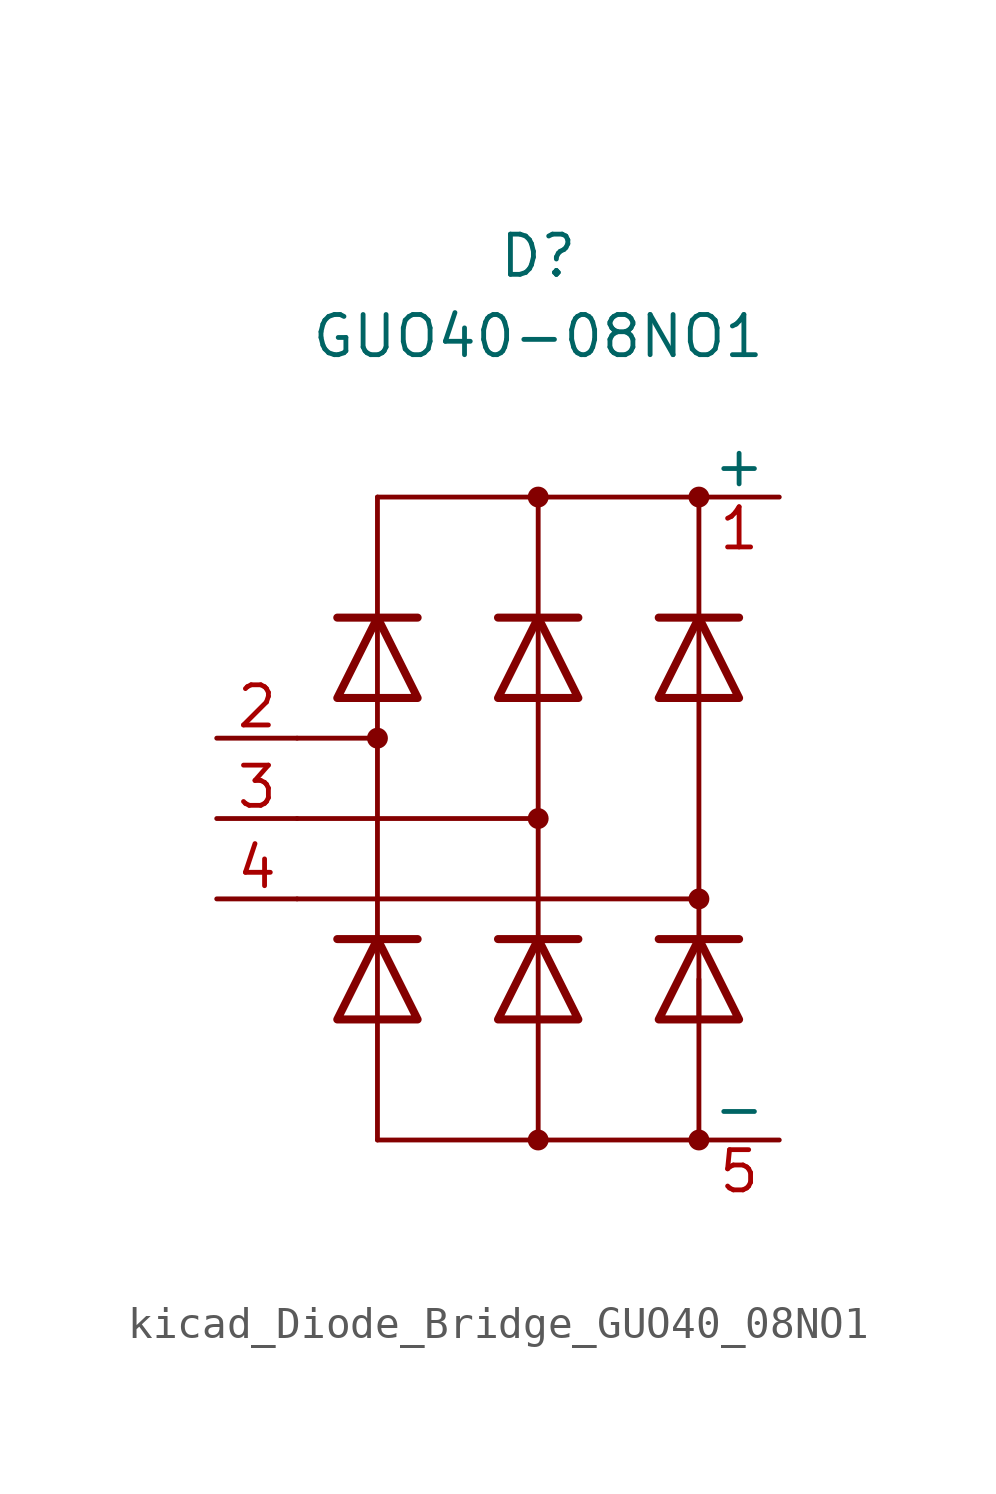
<source format=kicad_sym>
(kicad_symbol_lib
  (version 20220914)
  (generator kicad_symbol_editor)
  (symbol "kicad_Diode_Bridge_GUO40_08NO1"
    (pin_names
      (offset 0))
    (property "Reference" "D"
      (at 0 17.78 0)
      (effects (font (size 1.27 1.27))))
    (property "Value" "GUO40-08NO1"
      (at 0 15.24 0)
      (effects (font (size 1.27 1.27))))
    (symbol "kicad_Diode_Bridge_GUO40_08NO1_0_1"
      (circle (center -5.08 2.54) (radius 0.254) (stroke (width 0) (type default)) (fill (type outline)))
      (circle (center 0 -10.16) (radius 0.254) (stroke (width 0) (type default)) (fill (type outline)))
      (polyline (pts (xy -7.62 -2.54) (xy 5.08 -2.54)) (stroke (width 0) (type default)) (fill (type none)))
      (polyline (pts (xy -7.62 0) (xy 0 0)) (stroke (width 0) (type default)) (fill (type none)))
      (polyline (pts (xy -7.62 2.54) (xy -5.08 2.54)) (stroke (width 0) (type default)) (fill (type none)))
      (polyline (pts (xy -5.08 -10.16) (xy 5.08 -10.16)) (stroke (width 0) (type default)) (fill (type none)))
      (polyline (pts (xy -5.08 -6.35) (xy -5.08 -10.16)) (stroke (width 0) (type default)) (fill (type none)))
      (polyline (pts (xy -5.08 3.81) (xy -5.08 -3.81)) (stroke (width 0) (type default)) (fill (type none)))
      (polyline (pts (xy -5.08 10.16) (xy -5.08 6.35)) (stroke (width 0) (type default)) (fill (type none)))
      (polyline (pts (xy -5.08 10.16) (xy 5.08 10.16)) (stroke (width 0) (type default)) (fill (type none)))
      (polyline (pts (xy 0 -6.35) (xy 0 -10.16)) (stroke (width 0) (type default)) (fill (type none)))
      (polyline (pts (xy 0 3.81) (xy 0 -3.81)) (stroke (width 0) (type default)) (fill (type none)))
      (polyline (pts (xy 0 6.35) (xy 0 10.16)) (stroke (width 0) (type default)) (fill (type none)))
      (polyline (pts (xy 5.08 -10.16) (xy 5.08 -5.08)) (stroke (width 0) (type default)) (fill (type none)))
      (polyline (pts (xy 5.08 3.81) (xy 5.08 -3.81)) (stroke (width 0) (type default)) (fill (type none)))
      (polyline (pts (xy 5.08 10.16) (xy 5.08 6.35)) (stroke (width 0) (type default)) (fill (type none)))
      (circle (center 0 0) (radius 0.254) (stroke (width 0) (type default)) (fill (type outline)))
      (circle (center 0 10.16) (radius 0.254) (stroke (width 0) (type default)) (fill (type outline)))
      (circle (center 5.08 -10.16) (radius 0.254) (stroke (width 0) (type default)) (fill (type outline)))
      (circle (center 5.08 -2.54) (radius 0.254) (stroke (width 0) (type default)) (fill (type outline)))
      (circle (center 5.08 10.16) (radius 0.254) (stroke (width 0) (type default)) (fill (type outline))))
    (symbol "kicad_Diode_Bridge_GUO40_08NO1_1_1"
      (polyline (pts (xy -5.08 -6.35) (xy -5.08 -3.81)) (stroke (width 0) (type default)) (fill (type none)))
      (polyline (pts (xy -5.08 3.81) (xy -5.08 6.35)) (stroke (width 0) (type default)) (fill (type none)))
      (polyline (pts (xy -3.81 -3.81) (xy -6.35 -3.81)) (stroke (width 0.254) (type default)) (fill (type none)))
      (polyline (pts (xy -3.81 6.35) (xy -6.35 6.35)) (stroke (width 0.254) (type default)) (fill (type none)))
      (polyline (pts (xy 0 -6.35) (xy 0 -3.81)) (stroke (width 0) (type default)) (fill (type none)))
      (polyline (pts (xy 0 3.81) (xy 0 6.35)) (stroke (width 0) (type default)) (fill (type none)))
      (polyline (pts (xy 1.27 -3.81) (xy -1.27 -3.81)) (stroke (width 0.254) (type default)) (fill (type none)))
      (polyline (pts (xy 1.27 6.35) (xy -1.27 6.35)) (stroke (width 0.254) (type default)) (fill (type none)))
      (polyline (pts (xy 5.08 -6.35) (xy 5.08 -3.81)) (stroke (width 0) (type default)) (fill (type none)))
      (polyline (pts (xy 5.08 3.81) (xy 5.08 6.35)) (stroke (width 0) (type default)) (fill (type none)))
      (polyline (pts (xy 6.35 -3.81) (xy 3.81 -3.81)) (stroke (width 0.254) (type default)) (fill (type none)))
      (polyline (pts (xy 6.35 6.35) (xy 3.81 6.35)) (stroke (width 0.254) (type default)) (fill (type none)))
      (polyline (pts (xy -3.81 -6.35) (xy -6.35 -6.35) (xy -5.08 -3.81) (xy -3.81 -6.35)) (stroke (width 0.254) (type default)) (fill (type none)))
      (polyline (pts (xy -3.81 3.81) (xy -6.35 3.81) (xy -5.08 6.35) (xy -3.81 3.81)) (stroke (width 0.254) (type default)) (fill (type none)))
      (polyline (pts (xy 1.27 -6.35) (xy -1.27 -6.35) (xy 0 -3.81) (xy 1.27 -6.35)) (stroke (width 0.254) (type default)) (fill (type none)))
      (polyline (pts (xy 1.27 3.81) (xy -1.27 3.81) (xy 0 6.35) (xy 1.27 3.81)) (stroke (width 0.254) (type default)) (fill (type none)))
      (polyline (pts (xy 6.35 -6.35) (xy 3.81 -6.35) (xy 5.08 -3.81) (xy 6.35 -6.35)) (stroke (width 0.254) (type default)) (fill (type none)))
      (polyline (pts (xy 6.35 3.81) (xy 3.81 3.81) (xy 5.08 6.35) (xy 6.35 3.81)) (stroke (width 0.254) (type default)) (fill (type none)))
      (pin passive line (at 7.62 10.16 180) (length 2.54) (name "+" (effects (font (size 1.27 1.27)))) (number "1" (effects (font (size 1.27 1.27)))))
      (pin passive line (at -10.16 2.54 0) (length 2.54) (name "~" (effects (font (size 1.27 1.27)))) (number "2" (effects (font (size 1.27 1.27)))))
      (pin passive line (at -10.16 0 0) (length 2.54) (name "~" (effects (font (size 1.27 1.27)))) (number "3" (effects (font (size 1.27 1.27)))))
      (pin passive line (at -10.16 -2.54 0) (length 2.54) (name "~" (effects (font (size 1.27 1.27)))) (number "4" (effects (font (size 1.27 1.27)))))
      (pin passive line (at 7.62 -10.16 180) (length 2.54) (name "-" (effects (font (size 1.27 1.27)))) (number "5" (effects (font (size 1.27 1.27))))))))
</source>
